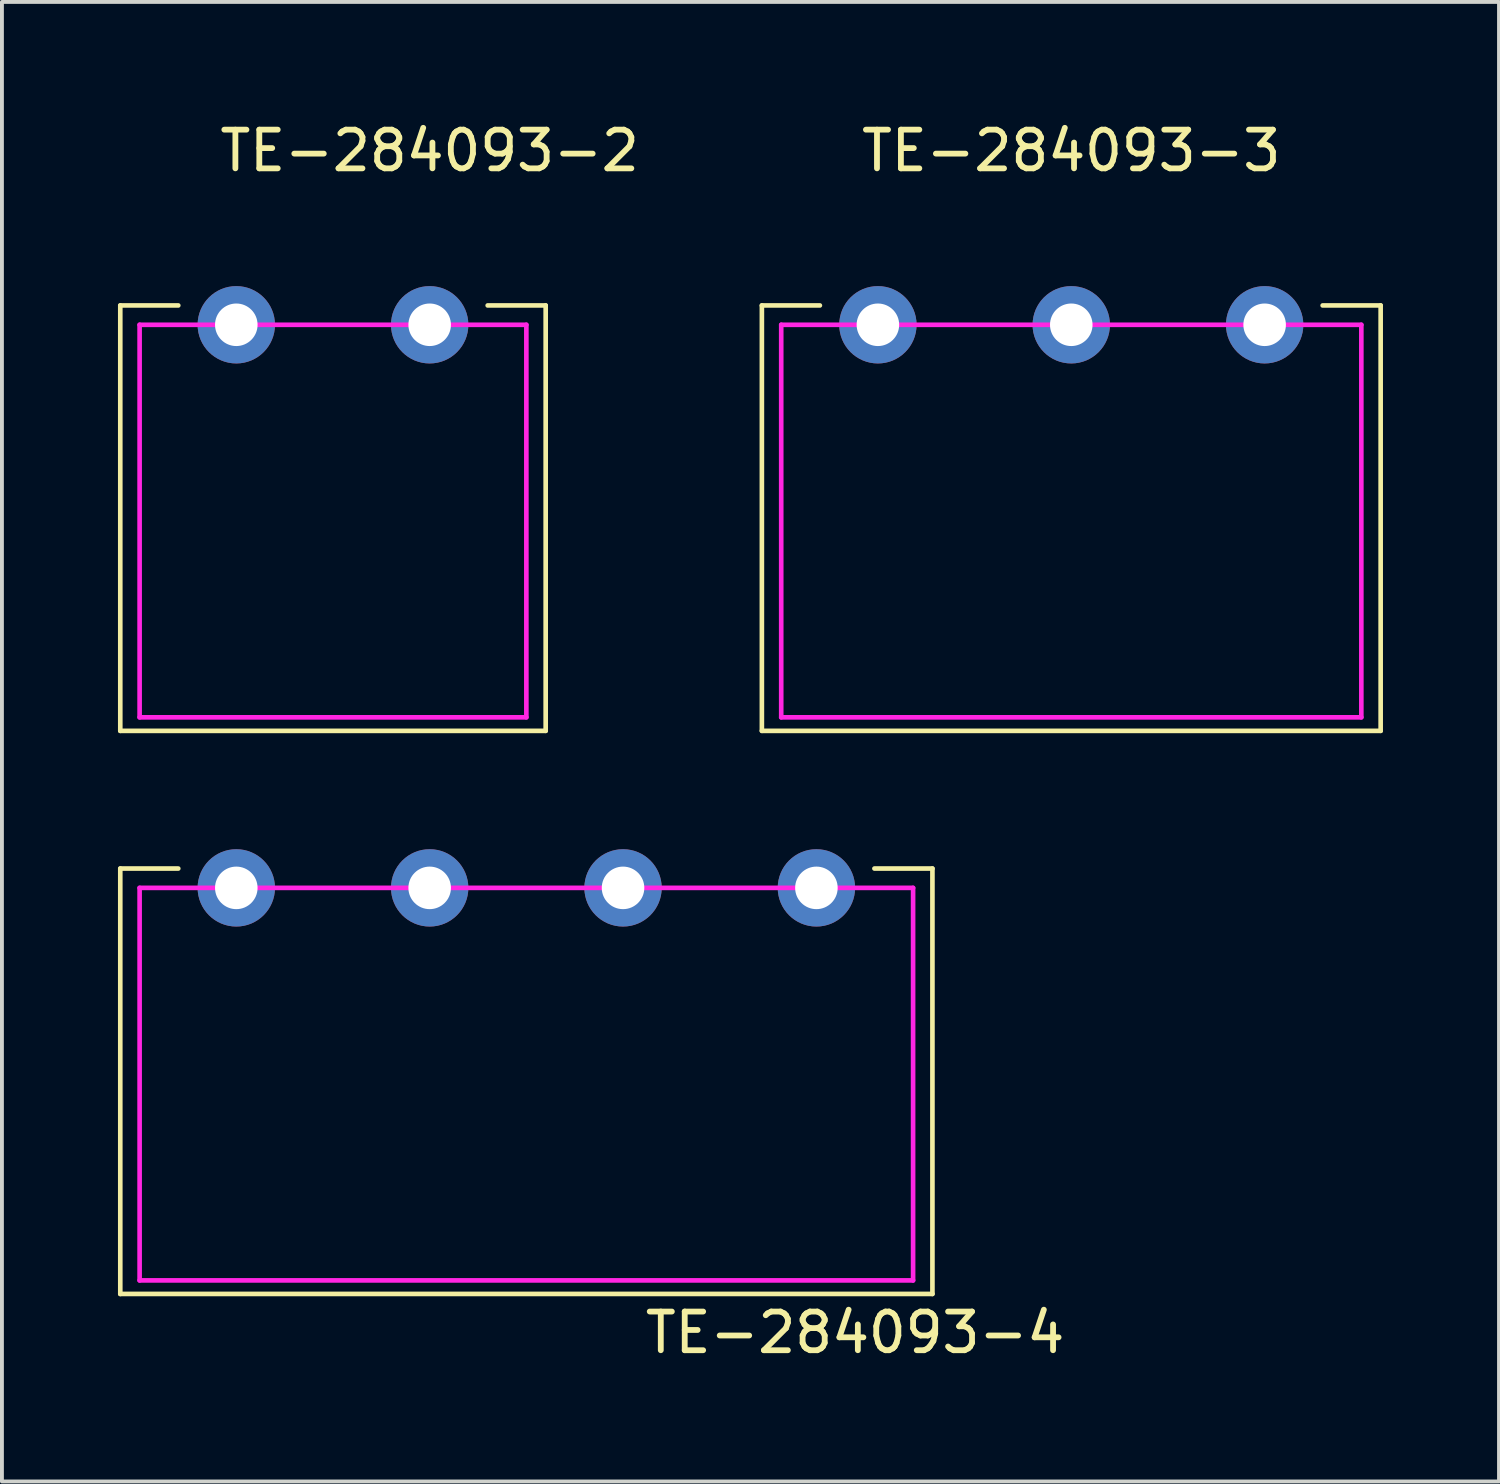
<source format=kicad_pcb>
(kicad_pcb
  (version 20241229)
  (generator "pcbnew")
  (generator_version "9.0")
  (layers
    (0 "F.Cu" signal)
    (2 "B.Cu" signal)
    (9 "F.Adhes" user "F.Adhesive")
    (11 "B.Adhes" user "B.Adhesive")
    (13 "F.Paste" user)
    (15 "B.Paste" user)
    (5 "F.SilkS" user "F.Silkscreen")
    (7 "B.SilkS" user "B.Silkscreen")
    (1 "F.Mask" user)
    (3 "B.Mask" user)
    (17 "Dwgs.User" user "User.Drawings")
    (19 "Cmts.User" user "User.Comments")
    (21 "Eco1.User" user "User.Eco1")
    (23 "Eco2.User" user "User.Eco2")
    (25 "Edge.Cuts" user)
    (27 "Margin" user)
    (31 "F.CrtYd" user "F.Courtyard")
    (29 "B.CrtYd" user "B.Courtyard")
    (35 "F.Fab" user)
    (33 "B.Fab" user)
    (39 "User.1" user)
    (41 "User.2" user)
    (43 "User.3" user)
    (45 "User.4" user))
  (footprint "TE-284093-2"
    (layer "F.Cu")
    (at 8.06 5.348)
    (property "Reference" "TE-284093-2" (at 0 -4.5 0) (layer "F.SilkS") (effects (font (size 1 1) (thickness 0.15))))
    (attr through_hole)
    (fp_line (start -8 -0.5) (end -8 10.5) (stroke (width 0.12) (type solid)) (layer "F.SilkS"))
    (fp_line (start -8 10.5) (end 3 10.5) (stroke (width 0.12) (type solid)) (layer "F.SilkS"))
    (fp_line (start -6.5 -0.5) (end -8 -0.5) (stroke (width 0.12) (type solid)) (layer "F.SilkS"))
    (fp_line (start 3 -0.5) (end 1.5 -0.5) (stroke (width 0.12) (type solid)) (layer "F.SilkS"))
    (fp_line (start 3 10.5) (end 3 -0.5) (stroke (width 0.12) (type solid)) (layer "F.SilkS"))
    (fp_line (start -7.5 0) (end -7.5 10.15) (stroke (width 0.12) (type solid)) (layer "F.CrtYd"))
    (fp_line (start -7.5 10.15) (end 2.5 10.15) (stroke (width 0.12) (type solid)) (layer "F.CrtYd"))
    (fp_line (start 0 0) (end -7.5 0) (stroke (width 0.12) (type solid)) (layer "F.CrtYd"))
    (fp_line (start 0 0) (end 2.5 0) (stroke (width 0.12) (type solid)) (layer "F.CrtYd"))
    (fp_line (start 2.5 0) (end 2.5 10.15) (stroke (width 0.12) (type solid)) (layer "F.CrtYd"))
    (pad "1" thru_hole circle (at -5 0) (size 2 2) (drill 1.1) (layers "*.Cu" "*.Mask"))
    (pad "2" thru_hole circle (at 0 0) (size 2 2) (drill 1.1) (layers "*.Cu" "*.Mask")))
  (footprint "TE-284093-4"
    (layer "F.Cu")
    (at 8.06 19.908)
    (property "Reference" "TE-284093-4" (at 11 11.5 0) (layer "F.SilkS") (effects (font (size 1 1) (thickness 0.15))))
    (attr through_hole)
    (fp_line (start -8 -0.5) (end -8 10.5) (stroke (width 0.12) (type solid)) (layer "F.SilkS"))
    (fp_line (start -8 10.5) (end 13 10.5) (stroke (width 0.12) (type solid)) (layer "F.SilkS"))
    (fp_line (start -6.5 -0.5) (end -8 -0.5) (stroke (width 0.12) (type solid)) (layer "F.SilkS"))
    (fp_line (start 13 -0.5) (end 11.5 -0.5) (stroke (width 0.12) (type solid)) (layer "F.SilkS"))
    (fp_line (start 13 10.5) (end 13 -0.5) (stroke (width 0.12) (type solid)) (layer "F.SilkS"))
    (fp_line (start -7.5 0) (end -7.5 10.15) (stroke (width 0.12) (type solid)) (layer "F.CrtYd"))
    (fp_line (start -7.5 10.15) (end 12.5 10.15) (stroke (width 0.12) (type solid)) (layer "F.CrtYd"))
    (fp_line (start 0 0) (end -7.5 0) (stroke (width 0.12) (type solid)) (layer "F.CrtYd"))
    (fp_line (start 0 0) (end 12.5 0) (stroke (width 0.12) (type solid)) (layer "F.CrtYd"))
    (fp_line (start 12.5 0) (end 12.5 10.15) (stroke (width 0.12) (type solid)) (layer "F.CrtYd"))
    (pad "1" thru_hole circle (at -5 0) (size 2 2) (drill 1.1) (layers "*.Cu" "*.Mask"))
    (pad "2" thru_hole circle (at 0 0) (size 2 2) (drill 1.1) (layers "*.Cu" "*.Mask"))
    (pad "3" thru_hole circle (at 5 0) (size 2 2) (drill 1.1) (layers "*.Cu" "*.Mask"))
    (pad "4" thru_hole circle (at 10 0) (size 2 2) (drill 1.1) (layers "*.Cu" "*.Mask")))
  (footprint "TE-284093-3"
    (layer "F.Cu")
    (at 24.65 5.348)
    (property "Reference" "TE-284093-3" (at 0 -4.5 0) (layer "F.SilkS") (effects (font (size 1 1) (thickness 0.15))))
    (attr through_hole)
    (fp_line (start -8 -0.5) (end -8 10.5) (stroke (width 0.12) (type solid)) (layer "F.SilkS"))
    (fp_line (start -8 10.5) (end 8 10.5) (stroke (width 0.12) (type solid)) (layer "F.SilkS"))
    (fp_line (start -6.5 -0.5) (end -8 -0.5) (stroke (width 0.12) (type solid)) (layer "F.SilkS"))
    (fp_line (start 8 -0.5) (end 6.5 -0.5) (stroke (width 0.12) (type solid)) (layer "F.SilkS"))
    (fp_line (start 8 10.5) (end 8 -0.5) (stroke (width 0.12) (type solid)) (layer "F.SilkS"))
    (fp_line (start -7.5 0) (end -7.5 10.15) (stroke (width 0.12) (type solid)) (layer "F.CrtYd"))
    (fp_line (start -7.5 10.15) (end 7.5 10.15) (stroke (width 0.12) (type solid)) (layer "F.CrtYd"))
    (fp_line (start 0 0) (end -7.5 0) (stroke (width 0.12) (type solid)) (layer "F.CrtYd"))
    (fp_line (start 0 0) (end 7.5 0) (stroke (width 0.12) (type solid)) (layer "F.CrtYd"))
    (fp_line (start 7.5 0) (end 7.5 10.15) (stroke (width 0.12) (type solid)) (layer "F.CrtYd"))
    (pad "1" thru_hole circle (at -5 0) (size 2 2) (drill 1.1) (layers "*.Cu" "*.Mask"))
    (pad "2" thru_hole circle (at 0 0) (size 2 2) (drill 1.1) (layers "*.Cu" "*.Mask"))
    (pad "3" thru_hole circle (at 5 0) (size 2 2) (drill 1.1) (layers "*.Cu" "*.Mask")))
  (gr_rect
    (start -3 -3)
    (end 35.71 35.257)
    (stroke (width 0.1) (type default))
    (fill no)
    (layer "Edge.Cuts")))
</source>
